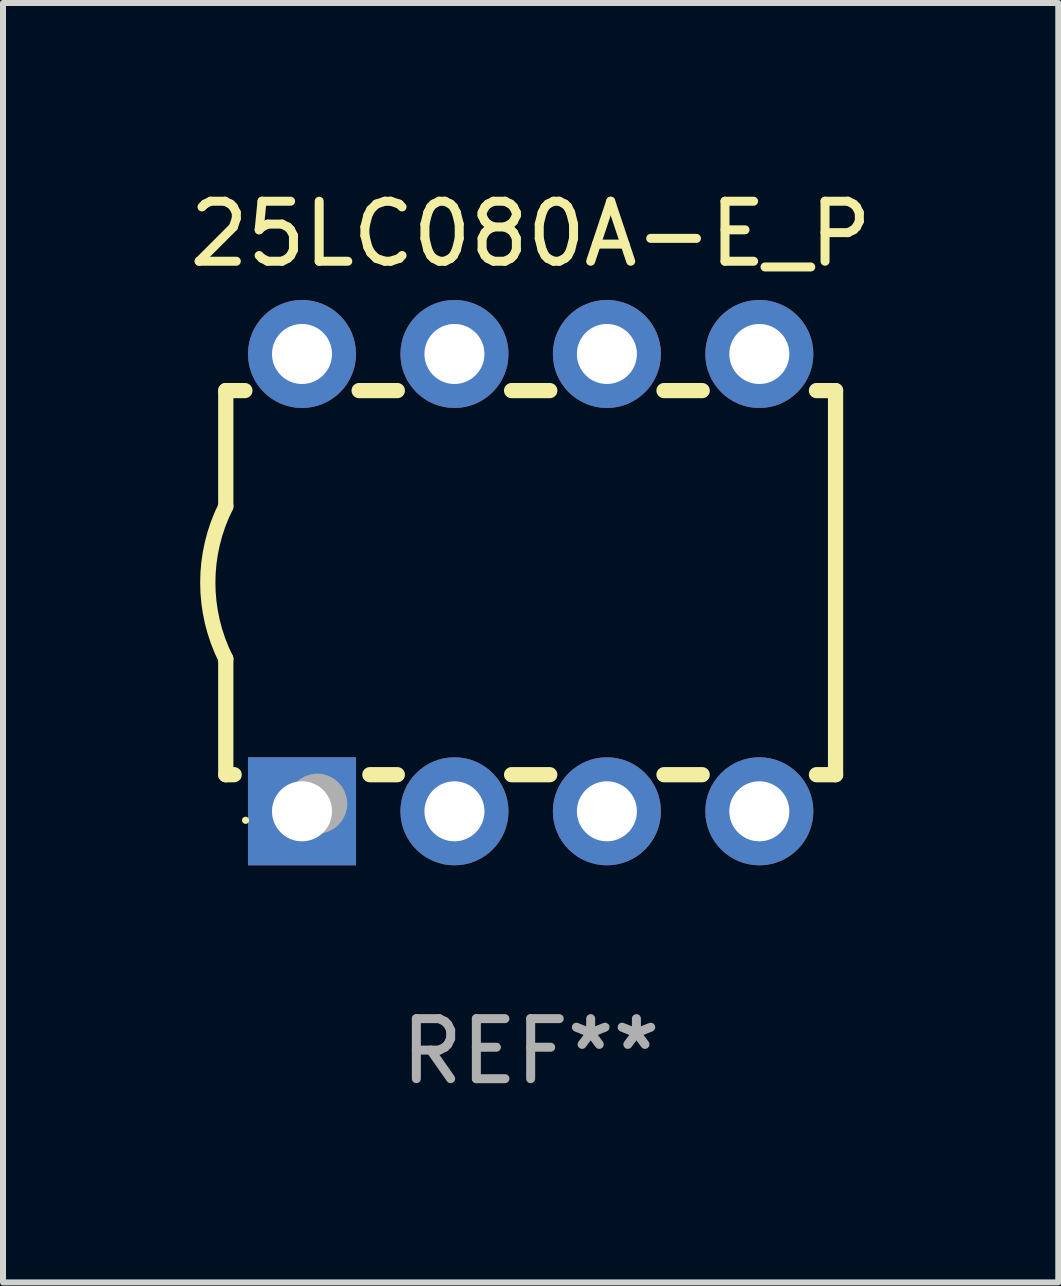
<source format=kicad_pcb>
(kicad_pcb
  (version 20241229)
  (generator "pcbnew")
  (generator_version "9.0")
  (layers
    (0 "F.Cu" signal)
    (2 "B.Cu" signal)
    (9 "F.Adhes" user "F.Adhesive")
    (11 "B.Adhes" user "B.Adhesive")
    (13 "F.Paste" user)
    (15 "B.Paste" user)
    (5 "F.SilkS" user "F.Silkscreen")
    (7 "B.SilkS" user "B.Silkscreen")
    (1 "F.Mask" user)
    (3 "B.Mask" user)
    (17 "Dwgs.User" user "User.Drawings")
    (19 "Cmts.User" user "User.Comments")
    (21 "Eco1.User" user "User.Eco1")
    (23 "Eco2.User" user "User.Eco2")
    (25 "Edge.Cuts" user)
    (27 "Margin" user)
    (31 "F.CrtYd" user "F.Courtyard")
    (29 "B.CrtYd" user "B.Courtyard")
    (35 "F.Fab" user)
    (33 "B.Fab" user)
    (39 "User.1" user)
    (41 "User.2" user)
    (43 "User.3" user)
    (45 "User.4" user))
  (footprint "25LC080A-E_P"
    (layer "F.Cu")
    (at 5.792 6.658)
    (property "Reference" "25LC080A-E_P" (at 0 -5.81 0) (layer "F.SilkS") (effects (font (size 1 1) (thickness 0.15))))
    (attr through_hole)
    (fp_line (start -5.08 -3.2) (end -4.762 -3.2) (stroke (width 0.254) (type solid)) (layer "F.SilkS"))
    (fp_line (start -5.08 -1.27) (end -5.08 -3.2) (stroke (width 0.254) (type solid)) (layer "F.SilkS"))
    (fp_line (start -5.08 3.2) (end -5.08 1.27) (stroke (width 0.254) (type solid)) (layer "F.SilkS"))
    (fp_line (start -5.08 3.2) (end -4.941 3.2) (stroke (width 0.254) (type solid)) (layer "F.SilkS"))
    (fp_line (start -2.858 -3.2) (end -2.222 -3.2) (stroke (width 0.254) (type solid)) (layer "F.SilkS"))
    (fp_line (start -2.679 3.2) (end -2.222 3.2) (stroke (width 0.254) (type solid)) (layer "F.SilkS"))
    (fp_line (start -0.318 -3.2) (end 0.318 -3.2) (stroke (width 0.254) (type solid)) (layer "F.SilkS"))
    (fp_line (start -0.318 3.2) (end 0.318 3.2) (stroke (width 0.254) (type solid)) (layer "F.SilkS"))
    (fp_line (start 2.222 -3.2) (end 2.858 -3.2) (stroke (width 0.254) (type solid)) (layer "F.SilkS"))
    (fp_line (start 2.222 3.2) (end 2.858 3.2) (stroke (width 0.254) (type solid)) (layer "F.SilkS"))
    (fp_line (start 4.762 -3.2) (end 5.08 -3.2) (stroke (width 0.254) (type solid)) (layer "F.SilkS"))
    (fp_line (start 4.762 3.2) (end 5.08 3.2) (stroke (width 0.254) (type solid)) (layer "F.SilkS"))
    (fp_line (start 5.08 3.2) (end 5.08 -3.2) (stroke (width 0.254) (type solid)) (layer "F.SilkS"))
    (fp_arc (start -5.080011 1.270002) (mid -5.379818 -0.000001) (end -5.08001 -1.270003) (stroke (width 0.254001) (type solid)) (layer "F.SilkS"))
    (fp_circle (center -4.75 3.96) (end -4.72 3.96) (stroke (width 0.06) (type solid)) (fill no) (layer "F.SilkS"))
    (fp_circle (center -3.556 3.683) (end -3.306 3.683) (stroke (width 0.5) (type solid)) (fill no) (layer "F.Fab"))
    (fp_text user "REF**" (at 0 7.81 0) (layer "F.Fab") (effects (font (size 1 1) (thickness 0.15))))
    (pad "1" thru_hole rect (at -3.81 3.81) (size 1.8 1.8) (drill 1) (layers "*.Cu" "*.Mask"))
    (pad "2" thru_hole circle (at -1.27 3.81) (size 1.8 1.8) (drill 1) (layers "*.Cu" "*.Mask"))
    (pad "3" thru_hole circle (at 1.27 3.81) (size 1.8 1.8) (drill 1) (layers "*.Cu" "*.Mask"))
    (pad "4" thru_hole circle (at 3.81 3.81) (size 1.8 1.8) (drill 1) (layers "*.Cu" "*.Mask"))
    (pad "5" thru_hole circle (at 3.81 -3.81) (size 1.8 1.8) (drill 1) (layers "*.Cu" "*.Mask"))
    (pad "6" thru_hole circle (at 1.27 -3.81) (size 1.8 1.8) (drill 1) (layers "*.Cu" "*.Mask"))
    (pad "7" thru_hole circle (at -1.27 -3.81) (size 1.8 1.8) (drill 1) (layers "*.Cu" "*.Mask"))
    (pad "8" thru_hole circle (at -3.81 -3.81) (size 1.8 1.8) (drill 1) (layers "*.Cu" "*.Mask")))
  (gr_rect
    (start -3 -3)
    (end 14.583 18.317)
    (stroke (width 0.1) (type default))
    (fill no)
    (layer "Edge.Cuts")))
</source>
